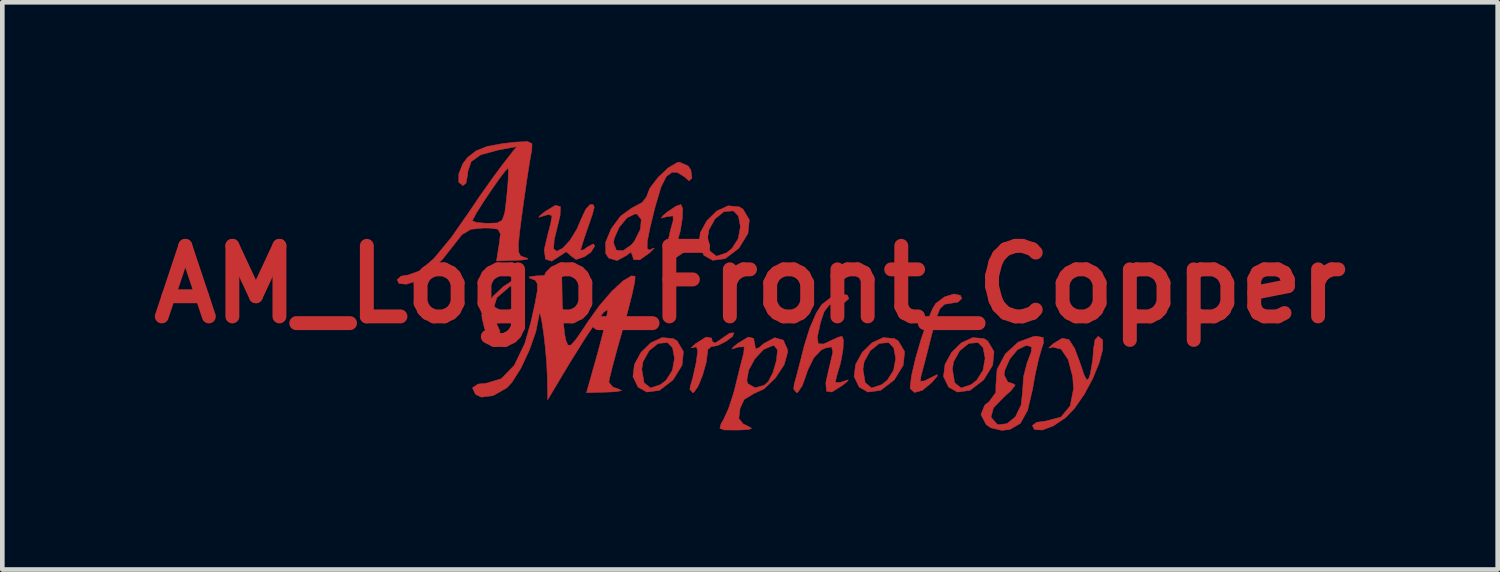
<source format=kicad_pcb>
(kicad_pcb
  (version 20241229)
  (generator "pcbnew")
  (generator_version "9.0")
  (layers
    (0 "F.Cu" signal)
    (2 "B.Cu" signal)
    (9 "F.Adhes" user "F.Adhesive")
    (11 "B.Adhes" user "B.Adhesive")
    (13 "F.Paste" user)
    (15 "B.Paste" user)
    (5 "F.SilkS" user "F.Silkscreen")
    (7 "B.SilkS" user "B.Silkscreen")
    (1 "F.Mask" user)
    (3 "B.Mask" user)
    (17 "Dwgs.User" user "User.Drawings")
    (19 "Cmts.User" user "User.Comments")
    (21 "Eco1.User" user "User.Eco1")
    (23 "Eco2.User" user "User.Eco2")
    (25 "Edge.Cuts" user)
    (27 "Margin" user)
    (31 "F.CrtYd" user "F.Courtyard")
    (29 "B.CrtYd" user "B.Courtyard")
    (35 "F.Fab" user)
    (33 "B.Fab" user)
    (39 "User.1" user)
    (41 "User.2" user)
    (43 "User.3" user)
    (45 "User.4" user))
  (footprint "AM_Logo_Front_Copper"
    (layer "F.Cu")
    (at 13.143 3.092)
    (property "Reference" "AM_Logo_Front_Copper" (at 0 0 0) (layer "F.Cu") (effects (font (size 1.524 1.524) (thickness 0.3))))
    (attr through_hole)
    (fp_poly (pts (xy -5.043 -0.056) (xy -5.177 0.041) (xy -5.2 0.054) (xy -5.466 0.283) (xy -5.555 0.566) (xy -5.492 0.802) (xy -5.397 1.013) (xy -5.423 1.103) (xy -5.526 1.118) (xy -5.681 1.035) (xy -5.73 0.957) (xy -5.786 0.722) (xy -5.791 0.644) (xy -5.719 0.471) (xy -5.543 0.25) (xy -5.325 0.044) (xy -5.128 -0.083) (xy -5.062 -0.098) (xy -5.043 -0.056)) (stroke (width 0.01) (type solid)) (fill yes) (layer "F.Cu"))
    (fp_poly (pts (xy -1.454 -1.64) (xy -1.462 -1.425) (xy -1.507 -1.148) (xy -1.584 -0.877) (xy -1.592 -0.855) (xy -1.588 -0.754) (xy -1.459 -0.769) (xy -1.334 -0.802) (xy -1.366 -0.753) (xy -1.467 -0.669) (xy -1.684 -0.528) (xy -1.792 -0.556) (xy -1.801 -0.761) (xy -1.783 -0.871) (xy -1.722 -1.156) (xy -1.664 -1.366) (xy -1.659 -1.38) (xy -1.663 -1.481) (xy -1.792 -1.466) (xy -1.917 -1.433) (xy -1.885 -1.482) (xy -1.784 -1.567) (xy -1.598 -1.69) (xy -1.493 -1.727) (xy -1.454 -1.64)) (stroke (width 0.01) (type solid)) (fill yes) (layer "F.Cu"))
    (fp_poly (pts (xy -1.655 1.169) (xy -1.573 1.22) (xy -1.438 1.45) (xy -1.467 1.743) (xy -1.656 2.051) (xy -1.672 2.068) (xy -1.958 2.287) (xy -2.23 2.322) (xy -2.418 2.215) (xy -2.528 1.988) (xy -2.508 1.828) (xy -2.337 1.828) (xy -2.288 2.121) (xy -2.149 2.235) (xy -1.932 2.162) (xy -1.811 2.067) (xy -1.677 1.855) (xy -1.63 1.594) (xy -1.673 1.364) (xy -1.782 1.254) (xy -1.984 1.272) (xy -2.179 1.429) (xy -2.311 1.668) (xy -2.337 1.828) (xy -2.508 1.828) (xy -2.495 1.724) (xy -2.354 1.466) (xy -2.142 1.259) (xy -1.897 1.146) (xy -1.655 1.169)) (stroke (width 0.01) (type solid)) (fill yes) (layer "F.Cu"))
    (fp_poly (pts (xy -0.378 1.122) (xy -0.522 1.229) (xy -0.701 1.319) (xy -0.838 1.343) (xy -0.838 1.342) (xy -0.909 1.401) (xy -0.915 1.448) (xy -0.947 1.688) (xy -1.025 1.963) (xy -1.123 2.201) (xy -1.215 2.33) (xy -1.235 2.337) (xy -1.3 2.263) (xy -1.287 2.192) (xy -1.232 1.999) (xy -1.169 1.715) (xy -1.16 1.669) (xy -1.128 1.428) (xy -1.16 1.345) (xy -1.231 1.364) (xy -1.272 1.368) (xy -1.174 1.278) (xy -0.949 1.135) (xy -0.83 1.156) (xy -0.813 1.235) (xy -0.752 1.265) (xy -0.609 1.168) (xy -0.441 1.052) (xy -0.346 1.042) (xy -0.378 1.122)) (stroke (width 0.01) (type solid)) (fill yes) (layer "F.Cu"))
    (fp_poly (pts (xy -0.232 -1.676) (xy -0.151 -1.625) (xy -0.015 -1.394) (xy -0.045 -1.102) (xy -0.234 -0.794) (xy -0.249 -0.777) (xy -0.536 -0.558) (xy -0.807 -0.522) (xy -0.996 -0.63) (xy -1.106 -0.857) (xy -1.086 -1.017) (xy -0.914 -1.017) (xy -0.865 -0.723) (xy -0.726 -0.61) (xy -0.509 -0.683) (xy -0.389 -0.778) (xy -0.254 -0.99) (xy -0.207 -1.251) (xy -0.251 -1.48) (xy -0.359 -1.59) (xy -0.562 -1.573) (xy -0.757 -1.416) (xy -0.889 -1.177) (xy -0.914 -1.017) (xy -1.086 -1.017) (xy -1.072 -1.121) (xy -0.931 -1.378) (xy -0.72 -1.585) (xy -0.474 -1.699) (xy -0.232 -1.676)) (stroke (width 0.01) (type solid)) (fill yes) (layer "F.Cu"))
    (fp_poly (pts (xy 3.121 1.169) (xy 3.202 1.22) (xy 3.338 1.45) (xy 3.308 1.743) (xy 3.119 2.051) (xy 3.104 2.068) (xy 2.817 2.287) (xy 2.546 2.322) (xy 2.357 2.215) (xy 2.247 1.988) (xy 2.267 1.828) (xy 2.438 1.828) (xy 2.487 2.121) (xy 2.626 2.235) (xy 2.844 2.162) (xy 2.964 2.067) (xy 3.099 1.855) (xy 3.146 1.594) (xy 3.102 1.364) (xy 2.993 1.254) (xy 2.791 1.272) (xy 2.596 1.429) (xy 2.464 1.668) (xy 2.438 1.828) (xy 2.267 1.828) (xy 2.281 1.724) (xy 2.422 1.466) (xy 2.633 1.259) (xy 2.878 1.146) (xy 3.121 1.169)) (stroke (width 0.01) (type solid)) (fill yes) (layer "F.Cu"))
    (fp_poly (pts (xy 4.543 0.235) (xy 4.572 0.305) (xy 4.485 0.383) (xy 4.33 0.406) (xy 4.197 0.428) (xy 4.1 0.523) (xy 4.016 0.732) (xy 3.92 1.092) (xy 3.826 1.467) (xy 3.744 1.782) (xy 3.694 1.965) (xy 3.675 2.088) (xy 3.76 2.083) (xy 3.877 2.026) (xy 4.039 1.946) (xy 4.045 1.975) (xy 3.921 2.119) (xy 3.721 2.285) (xy 3.55 2.332) (xy 3.46 2.251) (xy 3.456 2.21) (xy 3.491 1.949) (xy 3.576 1.587) (xy 3.693 1.186) (xy 3.821 0.81) (xy 3.941 0.524) (xy 4.012 0.408) (xy 4.201 0.267) (xy 4.401 0.205) (xy 4.543 0.235)) (stroke (width 0.01) (type solid)) (fill yes) (layer "F.Cu"))
    (fp_poly (pts (xy 5.051 1.169) (xy 5.132 1.22) (xy 5.268 1.45) (xy 5.239 1.743) (xy 5.049 2.051) (xy 5.034 2.068) (xy 4.747 2.287) (xy 4.476 2.322) (xy 4.288 2.215) (xy 4.177 1.988) (xy 4.198 1.828) (xy 4.369 1.828) (xy 4.418 2.121) (xy 4.557 2.235) (xy 4.774 2.162) (xy 4.894 2.067) (xy 5.029 1.855) (xy 5.076 1.594) (xy 5.033 1.364) (xy 4.924 1.254) (xy 4.722 1.272) (xy 4.527 1.429) (xy 4.395 1.668) (xy 4.369 1.828) (xy 4.198 1.828) (xy 4.211 1.724) (xy 4.352 1.466) (xy 4.564 1.259) (xy 4.809 1.146) (xy 5.051 1.169)) (stroke (width 0.01) (type solid)) (fill yes) (layer "F.Cu"))
    (fp_poly (pts (xy 7.614 1.196) (xy 7.614 1.402) (xy 7.537 1.695) (xy 7.398 2.033) (xy 7.214 2.375) (xy 7.003 2.678) (xy 6.814 2.874) (xy 6.552 3.051) (xy 6.311 3.142) (xy 6.144 3.133) (xy 6.096 3.048) (xy 6.184 2.976) (xy 6.397 2.946) (xy 6.398 2.946) (xy 6.713 2.862) (xy 6.912 2.623) (xy 6.985 2.249) (xy 6.966 1.99) (xy 6.868 1.619) (xy 6.719 1.398) (xy 6.535 1.35) (xy 6.481 1.37) (xy 6.448 1.369) (xy 6.549 1.276) (xy 6.741 1.161) (xy 6.886 1.19) (xy 7.011 1.385) (xy 7.12 1.681) (xy 7.215 1.96) (xy 7.274 2.065) (xy 7.319 2.019) (xy 7.347 1.928) (xy 7.4 1.622) (xy 7.415 1.397) (xy 7.448 1.194) (xy 7.518 1.118) (xy 7.614 1.196)) (stroke (width 0.01) (type solid)) (fill yes) (layer "F.Cu"))
    (fp_poly (pts (xy -3.379 -1.719) (xy -3.363 -1.663) (xy -3.404 -1.511) (xy -3.505 -1.219) (xy -3.597 -0.949) (xy -3.651 -0.769) (xy -3.658 -0.737) (xy -3.594 -0.749) (xy -3.505 -0.813) (xy -3.378 -0.878) (xy -3.353 -0.829) (xy -3.433 -0.7) (xy -3.569 -0.603) (xy -3.756 -0.539) (xy -3.867 -0.619) (xy -3.869 -0.624) (xy -3.969 -0.707) (xy -4.08 -0.634) (xy -4.281 -0.504) (xy -4.415 -0.546) (xy -4.443 -0.742) (xy -4.435 -0.787) (xy -4.361 -1.098) (xy -4.304 -1.313) (xy -4.275 -1.485) (xy -4.353 -1.513) (xy -4.429 -1.49) (xy -4.561 -1.449) (xy -4.532 -1.49) (xy -4.426 -1.575) (xy -4.201 -1.71) (xy -4.093 -1.68) (xy -4.101 -1.483) (xy -4.104 -1.473) (xy -4.18 -1.16) (xy -4.227 -0.965) (xy -4.242 -0.769) (xy -4.17 -0.717) (xy -4.041 -0.786) (xy -3.887 -0.953) (xy -3.737 -1.197) (xy -3.649 -1.404) (xy -3.548 -1.622) (xy -3.453 -1.726) (xy -3.444 -1.727) (xy -3.379 -1.719)) (stroke (width 0.01) (type solid)) (fill yes) (layer "F.Cu"))
    (fp_poly (pts (xy 6.329 1.144) (xy 6.337 1.262) (xy 6.299 1.373) (xy 6.23 1.611) (xy 6.153 1.963) (xy 6.1 2.262) (xy 5.993 2.717) (xy 5.837 2.998) (xy 5.611 3.13) (xy 5.437 3.15) (xy 5.203 3.095) (xy 5.1 3.028) (xy 5.007 2.85) (xy 5.204 2.85) (xy 5.212 2.878) (xy 5.347 3.029) (xy 5.546 3.005) (xy 5.729 2.858) (xy 5.854 2.6) (xy 5.883 2.324) (xy 5.906 1.987) (xy 5.981 1.695) (xy 6.072 1.455) (xy 6.079 1.349) (xy 5.999 1.322) (xy 5.949 1.321) (xy 5.776 1.406) (xy 5.607 1.61) (xy 5.499 1.854) (xy 5.486 1.953) (xy 5.566 2.107) (xy 5.66 2.134) (xy 5.726 2.172) (xy 5.631 2.296) (xy 5.49 2.421) (xy 5.257 2.662) (xy 5.204 2.85) (xy 5.007 2.85) (xy 4.985 2.809) (xy 5.068 2.604) (xy 5.165 2.527) (xy 5.307 2.332) (xy 5.308 2.183) (xy 5.334 1.833) (xy 5.512 1.5) (xy 5.791 1.243) (xy 6.126 1.121) (xy 6.188 1.118) (xy 6.329 1.144)) (stroke (width 0.01) (type solid)) (fill yes) (layer "F.Cu"))
    (fp_poly (pts (xy 2.101 0.23) (xy 2.134 0.305) (xy 2.047 0.382) (xy 1.884 0.406) (xy 1.711 0.442) (xy 1.601 0.583) (xy 1.521 0.823) (xy 1.453 1.134) (xy 1.473 1.28) (xy 1.59 1.284) (xy 1.712 1.227) (xy 1.903 1.14) (xy 1.988 1.118) (xy 2.019 1.204) (xy 2.006 1.417) (xy 1.956 1.688) (xy 1.88 1.948) (xy 1.871 1.973) (xy 1.841 2.113) (xy 1.949 2.114) (xy 1.989 2.1) (xy 2.123 2.058) (xy 2.096 2.098) (xy 1.987 2.184) (xy 1.767 2.322) (xy 1.652 2.305) (xy 1.636 2.123) (xy 1.715 1.769) (xy 1.725 1.733) (xy 1.789 1.458) (xy 1.76 1.346) (xy 1.624 1.372) (xy 1.536 1.416) (xy 1.377 1.582) (xy 1.242 1.856) (xy 1.219 1.932) (xy 1.128 2.184) (xy 1.033 2.325) (xy 1.005 2.337) (xy 0.942 2.258) (xy 0.953 2.159) (xy 1.004 1.972) (xy 1.086 1.658) (xy 1.171 1.321) (xy 1.29 0.941) (xy 1.432 0.614) (xy 1.55 0.432) (xy 1.75 0.278) (xy 1.955 0.206) (xy 2.101 0.23)) (stroke (width 0.01) (type solid)) (fill yes) (layer "F.Cu"))
    (fp_poly (pts (xy -1.338 -2.56) (xy -1.278 -2.475) (xy -1.254 -2.3) (xy -1.315 -2.237) (xy -1.415 -2.324) (xy -1.572 -2.421) (xy -1.682 -2.423) (xy -1.805 -2.336) (xy -1.92 -2.108) (xy -2.04 -1.708) (xy -2.049 -1.676) (xy -2.162 -1.215) (xy -2.219 -0.922) (xy -2.221 -0.773) (xy -2.169 -0.742) (xy -2.103 -0.775) (xy -2.067 -0.785) (xy -2.165 -0.686) (xy -2.381 -0.532) (xy -2.512 -0.535) (xy -2.54 -0.63) (xy -2.57 -0.701) (xy -2.662 -0.63) (xy -2.87 -0.516) (xy -3.051 -0.57) (xy -3.116 -0.67) (xy -3.117 -0.892) (xy -2.946 -0.892) (xy -2.886 -0.74) (xy -2.738 -0.731) (xy -2.558 -0.859) (xy -2.495 -0.937) (xy -2.367 -1.193) (xy -2.348 -1.405) (xy -2.439 -1.518) (xy -2.483 -1.524) (xy -2.657 -1.439) (xy -2.826 -1.235) (xy -2.933 -0.991) (xy -2.946 -0.892) (xy -3.117 -0.892) (xy -3.117 -0.914) (xy -2.995 -1.207) (xy -2.793 -1.477) (xy -2.552 -1.652) (xy -2.537 -1.658) (xy -2.327 -1.772) (xy -2.235 -1.89) (xy -2.235 -1.894) (xy -2.163 -2.08) (xy -1.986 -2.31) (xy -1.769 -2.516) (xy -1.573 -2.633) (xy -1.526 -2.642) (xy -1.338 -2.56)) (stroke (width 0.01) (type solid)) (fill yes) (layer "F.Cu"))
    (fp_poly (pts (xy 0.078 1.163) (xy 0.102 1.286) (xy 0.118 1.393) (xy 0.2 1.361) (xy 0.301 1.273) (xy 0.533 1.15) (xy 0.719 1.201) (xy 0.81 1.407) (xy 0.813 1.462) (xy 0.736 1.734) (xy 0.546 2.021) (xy 0.301 2.254) (xy 0.08 2.356) (xy -0.126 2.482) (xy -0.215 2.673) (xy -0.242 2.893) (xy -0.147 3.011) (xy -0.069 3.047) (xy 0.034 3.103) (xy -0.025 3.132) (xy -0.267 3.143) (xy -0.282 3.143) (xy -0.549 3.141) (xy -0.651 3.105) (xy -0.625 3.006) (xy -0.574 2.921) (xy -0.466 2.686) (xy -0.357 2.353) (xy -0.313 2.184) (xy -0.286 2.074) (xy -0.069 2.074) (xy -0.045 2.143) (xy 0.108 2.231) (xy 0.306 2.176) (xy 0.393 2.099) (xy 0.494 1.904) (xy 0.571 1.641) (xy 0.593 1.411) (xy 0.526 1.325) (xy 0.486 1.321) (xy 0.292 1.403) (xy 0.105 1.603) (xy -0.03 1.85) (xy -0.069 2.074) (xy -0.286 2.074) (xy -0.232 1.85) (xy -0.161 1.573) (xy -0.136 1.483) (xy -0.125 1.345) (xy -0.249 1.35) (xy -0.268 1.356) (xy -0.393 1.394) (xy -0.358 1.347) (xy -0.26 1.27) (xy -0.037 1.134) (xy 0.078 1.163)) (stroke (width 0.01) (type solid)) (fill yes) (layer "F.Cu"))
    (fp_poly (pts (xy -4.054 0.381) (xy -4.037 0.749) (xy -4.004 1.066) (xy -3.977 1.202) (xy -3.933 1.308) (xy -3.87 1.311) (xy -3.76 1.19) (xy -3.578 0.924) (xy -3.505 0.811) (xy -3.25 0.455) (xy -2.986 0.149) (xy -2.745 -0.075) (xy -2.56 -0.186) (xy -2.48 -0.177) (xy -2.487 -0.066) (xy -2.543 0.198) (xy -2.638 0.573) (xy -2.74 0.938) (xy -2.865 1.381) (xy -2.966 1.756) (xy -3.031 2.016) (xy -3.048 2.112) (xy -2.962 2.214) (xy -2.819 2.265) (xy -2.773 2.292) (xy -2.902 2.315) (xy -3.061 2.323) (xy -3.531 2.337) (xy -3.284 1.461) (xy -3.18 1.069) (xy -3.106 0.758) (xy -3.076 0.574) (xy -3.079 0.545) (xy -3.158 0.598) (xy -3.323 0.809) (xy -3.559 1.159) (xy -3.853 1.628) (xy -4.005 1.88) (xy -4.368 2.489) (xy -4.377 1.981) (xy -4.391 1.688) (xy -4.419 1.366) (xy -4.455 1.056) (xy -4.493 0.802) (xy -4.527 0.645) (xy -4.552 0.627) (xy -4.558 0.682) (xy -4.624 1.018) (xy -4.764 1.416) (xy -4.946 1.805) (xy -5.14 2.113) (xy -5.253 2.233) (xy -5.546 2.4) (xy -5.802 2.432) (xy -5.927 2.371) (xy -5.993 2.232) (xy -5.873 2.15) (xy -5.699 2.134) (xy -5.371 2.035) (xy -5.09 1.746) (xy -4.862 1.273) (xy -4.733 0.821) (xy -4.639 0.397) (xy -4.591 0.13) (xy -4.591 -0.019) (xy -4.638 -0.092) (xy -4.735 -0.129) (xy -4.75 -0.133) (xy -4.771 -0.163) (xy -4.623 -0.185) (xy -4.496 -0.191) (xy -4.064 -0.203) (xy -4.054 0.381)) (stroke (width 0.01) (type solid)) (fill yes) (layer "F.Cu"))
    (fp_poly (pts (xy -4.707 -3.04) (xy -4.712 -2.898) (xy -4.722 -2.85) (xy -4.76 -2.638) (xy -4.815 -2.284) (xy -4.878 -1.848) (xy -4.912 -1.605) (xy -4.972 -1.154) (xy -5.001 -0.865) (xy -4.996 -0.699) (xy -4.954 -0.619) (xy -4.872 -0.585) (xy -4.835 -0.578) (xy -4.792 -0.55) (xy -4.924 -0.528) (xy -5.048 -0.522) (xy -5.474 -0.508) (xy -5.416 -0.864) (xy -5.389 -1.094) (xy -5.442 -1.194) (xy -5.627 -1.218) (xy -5.753 -1.219) (xy -6.03 -1.191) (xy -6.222 -1.074) (xy -6.392 -0.858) (xy -6.629 -0.556) (xy -6.894 -0.283) (xy -6.933 -0.249) (xy -7.183 -0.085) (xy -7.416 -0.006) (xy -7.578 -0.021) (xy -7.62 -0.102) (xy -7.534 -0.18) (xy -7.386 -0.203) (xy -7.135 -0.292) (xy -6.825 -0.56) (xy -6.451 -1.012) (xy -6.199 -1.373) (xy -5.994 -1.373) (xy -5.905 -1.338) (xy -5.687 -1.321) (xy -5.653 -1.321) (xy -5.46 -1.329) (xy -5.352 -1.387) (xy -5.296 -1.542) (xy -5.258 -1.844) (xy -5.252 -1.902) (xy -5.224 -2.22) (xy -5.215 -2.443) (xy -5.222 -2.513) (xy -5.286 -2.451) (xy -5.423 -2.27) (xy -5.597 -2.021) (xy -5.774 -1.756) (xy -5.917 -1.528) (xy -5.991 -1.388) (xy -5.994 -1.373) (xy -6.199 -1.373) (xy -6.093 -1.524) (xy -5.832 -1.91) (xy -5.564 -2.289) (xy -5.349 -2.579) (xy -5.348 -2.581) (xy -5.039 -2.977) (xy -5.44 -2.902) (xy -5.814 -2.8) (xy -6.021 -2.653) (xy -6.094 -2.431) (xy -6.096 -2.375) (xy -6.132 -2.19) (xy -6.198 -2.134) (xy -6.289 -2.209) (xy -6.287 -2.389) (xy -6.202 -2.605) (xy -6.099 -2.741) (xy -5.915 -2.885) (xy -5.679 -2.98) (xy -5.331 -3.044) (xy -5.051 -3.074) (xy -4.803 -3.087) (xy -4.707 -3.04)) (stroke (width 0.01) (type solid)) (fill yes) (layer "F.Cu")))
  (gr_rect
    (start -3 -3)
    (end 29.285 9.246)
    (stroke (width 0.1) (type default))
    (fill no)
    (layer "Edge.Cuts")))
</source>
